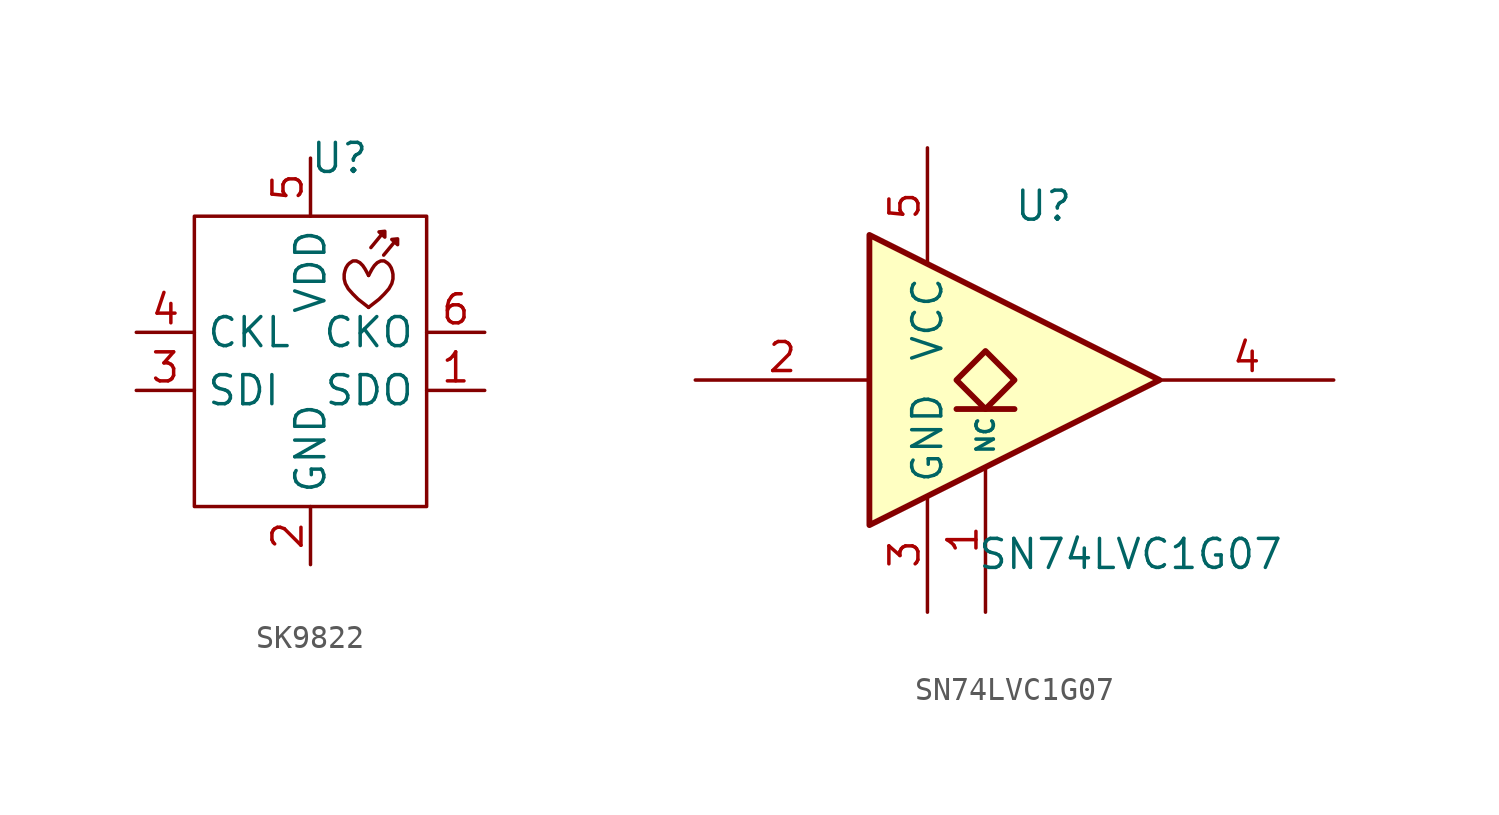
<source format=kicad_sym>
(kicad_symbol_lib
  (version 20220914)
  (generator kicad_symbol_editor)
  (symbol "SK9822"
    (property "Reference" "U"
      (at 1.27 10.16 0)
      (effects (font (size 1.27 1.27))))
    (property "Value" ""
      (at -3.81 7.62 0)
      (effects (font (size 1.27 1.27))))
    (symbol "SK9822_0_1"
      (rectangle (start -5.08 7.62) (end 5.08 -5.08) (stroke (width 0) (type default)) (fill (type none)))
      (polyline (pts (xy 2.642 6.248) (xy 3.124 6.833) (xy 3.251 6.706) (xy 3.251 6.96) (xy 2.997 6.934) (xy 3.251 6.706)) (stroke (width 0) (type default)) (fill (type none)))
      (polyline (pts (xy 3.2 5.918) (xy 3.683 6.502) (xy 3.81 6.375) (xy 3.81 6.629) (xy 3.556 6.604) (xy 3.81 6.375)) (stroke (width 0) (type default)) (fill (type none)))
      (polyline (pts (xy 2.54 5.029) (xy 2.388 5.309) (xy 2.286 5.461) (xy 2.159 5.588) (xy 2.007 5.664) (xy 1.854 5.664) (xy 1.702 5.563) (xy 1.626 5.486) (xy 1.549 5.359) (xy 1.499 5.207) (xy 1.473 5.08) (xy 1.473 4.877) (xy 1.524 4.674) (xy 1.651 4.445) (xy 1.854 4.216) (xy 2.083 3.988) (xy 2.54 3.632)) (stroke (width 0) (type default)) (fill (type none)))
      (polyline (pts (xy 2.54 5.029) (xy 2.692 5.309) (xy 2.794 5.461) (xy 2.921 5.588) (xy 3.073 5.664) (xy 3.226 5.664) (xy 3.378 5.563) (xy 3.454 5.486) (xy 3.531 5.359) (xy 3.581 5.207) (xy 3.607 5.08) (xy 3.607 4.877) (xy 3.556 4.674) (xy 3.429 4.445) (xy 3.226 4.216) (xy 2.997 3.988) (xy 2.54 3.632)) (stroke (width 0) (type default)) (fill (type none))))
    (symbol "SK9822_1_1"
      (pin output line (at 7.62 0 180) (length 2.54) (name "SDO" (effects (font (size 1.27 1.27)))) (number "1" (effects (font (size 1.27 1.27)))))
      (pin power_in line (at 0 -7.62 90) (length 2.54) (name "GND" (effects (font (size 1.27 1.27)))) (number "2" (effects (font (size 1.27 1.27)))))
      (pin input line (at -7.62 0 0) (length 2.54) (name "SDI" (effects (font (size 1.27 1.27)))) (number "3" (effects (font (size 1.27 1.27)))))
      (pin input line (at -7.62 2.54 0) (length 2.54) (name "CKL" (effects (font (size 1.27 1.27)))) (number "4" (effects (font (size 1.27 1.27)))))
      (pin power_in line (at 0 10.16 270) (length 2.54) (name "VDD" (effects (font (size 1.27 1.27)))) (number "5" (effects (font (size 1.27 1.27)))))
      (pin output line (at 7.62 2.54 180) (length 2.54) (name "CKO" (effects (font (size 1.27 1.27)))) (number "6" (effects (font (size 1.27 1.27)))))))
  (symbol "SN74LVC1G07"
    (property "Reference" "U"
      (at 0 7.62 0)
      (effects (font (size 1.27 1.27))))
    (property "Value" "SN74LVC1G07"
      (at 3.81 -7.62 0)
      (effects (font (size 1.27 1.27))))
    (symbol "SN74LVC1G07_0_1"
      (polyline (pts (xy -3.81 -1.27) (xy -1.27 -1.27)) (stroke (width 0.254) (type default)) (fill (type background)))
      (polyline (pts (xy -7.62 6.35) (xy -7.62 -6.35) (xy 5.08 0) (xy -7.62 6.35)) (stroke (width 0.254) (type default)) (fill (type background)))
      (polyline (pts (xy -2.54 1.27) (xy -3.81 0) (xy -2.54 -1.27) (xy -1.27 0) (xy -2.54 1.27)) (stroke (width 0.254) (type default)) (fill (type background))))
    (symbol "SN74LVC1G07_1_1"
      (pin free line (at -2.54 -10.16 90) (length 6.35) (name "NC" (effects (font (size 0.762 0.762)))) (number "1" (effects (font (size 1.27 1.27)))))
      (pin input line (at -15.24 0 0) (length 7.62) (name "~" (effects (font (size 1.27 1.27)))) (number "2" (effects (font (size 1.27 1.27)))))
      (pin power_in line (at -5.08 -10.16 90) (length 5.08) (name "GND" (effects (font (size 1.27 1.27)))) (number "3" (effects (font (size 1.27 1.27)))))
      (pin open_collector line (at 12.7 0 180) (length 7.62) (name "~" (effects (font (size 1.27 1.27)))) (number "4" (effects (font (size 1.27 1.27)))))
      (pin power_in line (at -5.08 10.16 270) (length 5.08) (name "VCC" (effects (font (size 1.27 1.27)))) (number "5" (effects (font (size 1.27 1.27))))))))
</source>
